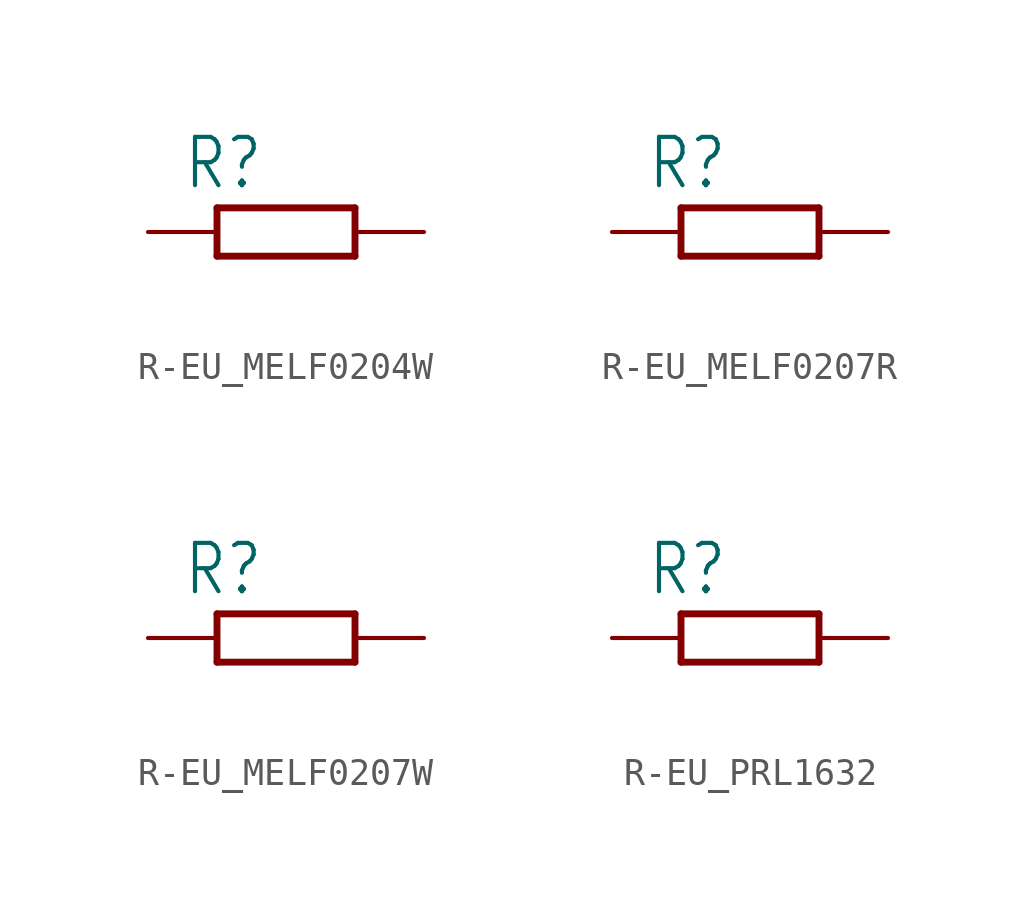
<source format=kicad_sym>
(kicad_symbol_lib
  (version 20241209)
  (generator "kicad_symbol_editor")
  (generator_version "9.0")
  (symbol "R-EU_MELF0204W"
    (property "Reference" "R"
      (at -3.81 1.499 0)
      (effects (font (size 1.778 1.511)) (justify left bottom)))
    (property "Value" ""
      (at -3.81 -3.302 0)
      (effects (font (size 1.778 1.511)) (justify left bottom)))
    (property "ki_locked" ""
      (at 0 0 0)
      (effects (font (size 1.27 1.27))))
    (symbol "R-EU_MELF0204W_1_0"
      (polyline (pts (xy -2.54 -0.889) (xy -2.54 0.889)) (stroke (width 0.254) (type solid)) (fill (type none)))
      (polyline (pts (xy -2.54 -0.889) (xy 2.54 -0.889)) (stroke (width 0.254) (type solid)) (fill (type none)))
      (polyline (pts (xy 2.54 0.889) (xy -2.54 0.889)) (stroke (width 0.254) (type solid)) (fill (type none)))
      (polyline (pts (xy 2.54 -0.889) (xy 2.54 0.889)) (stroke (width 0.254) (type solid)) (fill (type none)))
      (pin passive line (at -5.08 0 0) (length 2.54) (name "1" (effects (font (size 0 0)))) (number "1" (effects (font (size 0 0)))))
      (pin passive line (at 5.08 0 180) (length 2.54) (name "2" (effects (font (size 0 0)))) (number "2" (effects (font (size 0 0)))))))
  (symbol "R-EU_MELF0207R"
    (property "Reference" "R"
      (at -3.81 1.499 0)
      (effects (font (size 1.778 1.511)) (justify left bottom)))
    (property "Value" ""
      (at -3.81 -3.302 0)
      (effects (font (size 1.778 1.511)) (justify left bottom)))
    (property "ki_locked" ""
      (at 0 0 0)
      (effects (font (size 1.27 1.27))))
    (symbol "R-EU_MELF0207R_1_0"
      (polyline (pts (xy -2.54 -0.889) (xy -2.54 0.889)) (stroke (width 0.254) (type solid)) (fill (type none)))
      (polyline (pts (xy -2.54 -0.889) (xy 2.54 -0.889)) (stroke (width 0.254) (type solid)) (fill (type none)))
      (polyline (pts (xy 2.54 0.889) (xy -2.54 0.889)) (stroke (width 0.254) (type solid)) (fill (type none)))
      (polyline (pts (xy 2.54 -0.889) (xy 2.54 0.889)) (stroke (width 0.254) (type solid)) (fill (type none)))
      (pin passive line (at -5.08 0 0) (length 2.54) (name "1" (effects (font (size 0 0)))) (number "1" (effects (font (size 0 0)))))
      (pin passive line (at 5.08 0 180) (length 2.54) (name "2" (effects (font (size 0 0)))) (number "2" (effects (font (size 0 0)))))))
  (symbol "R-EU_MELF0207W"
    (property "Reference" "R"
      (at -3.81 1.499 0)
      (effects (font (size 1.778 1.511)) (justify left bottom)))
    (property "Value" ""
      (at -3.81 -3.302 0)
      (effects (font (size 1.778 1.511)) (justify left bottom)))
    (property "ki_locked" ""
      (at 0 0 0)
      (effects (font (size 1.27 1.27))))
    (symbol "R-EU_MELF0207W_1_0"
      (polyline (pts (xy -2.54 -0.889) (xy -2.54 0.889)) (stroke (width 0.254) (type solid)) (fill (type none)))
      (polyline (pts (xy -2.54 -0.889) (xy 2.54 -0.889)) (stroke (width 0.254) (type solid)) (fill (type none)))
      (polyline (pts (xy 2.54 0.889) (xy -2.54 0.889)) (stroke (width 0.254) (type solid)) (fill (type none)))
      (polyline (pts (xy 2.54 -0.889) (xy 2.54 0.889)) (stroke (width 0.254) (type solid)) (fill (type none)))
      (pin passive line (at -5.08 0 0) (length 2.54) (name "1" (effects (font (size 0 0)))) (number "1" (effects (font (size 0 0)))))
      (pin passive line (at 5.08 0 180) (length 2.54) (name "2" (effects (font (size 0 0)))) (number "2" (effects (font (size 0 0)))))))
  (symbol "R-EU_PRL1632"
    (property "Reference" "R"
      (at -3.81 1.499 0)
      (effects (font (size 1.778 1.511)) (justify left bottom)))
    (property "Value" ""
      (at -3.81 -3.302 0)
      (effects (font (size 1.778 1.511)) (justify left bottom)))
    (property "ki_locked" ""
      (at 0 0 0)
      (effects (font (size 1.27 1.27))))
    (symbol "R-EU_PRL1632_1_0"
      (polyline (pts (xy -2.54 -0.889) (xy -2.54 0.889)) (stroke (width 0.254) (type solid)) (fill (type none)))
      (polyline (pts (xy -2.54 -0.889) (xy 2.54 -0.889)) (stroke (width 0.254) (type solid)) (fill (type none)))
      (polyline (pts (xy 2.54 0.889) (xy -2.54 0.889)) (stroke (width 0.254) (type solid)) (fill (type none)))
      (polyline (pts (xy 2.54 -0.889) (xy 2.54 0.889)) (stroke (width 0.254) (type solid)) (fill (type none)))
      (pin passive line (at -5.08 0 0) (length 2.54) (name "1" (effects (font (size 0 0)))) (number "1" (effects (font (size 0 0)))))
      (pin passive line (at 5.08 0 180) (length 2.54) (name "2" (effects (font (size 0 0)))) (number "2" (effects (font (size 0 0))))))))
</source>
